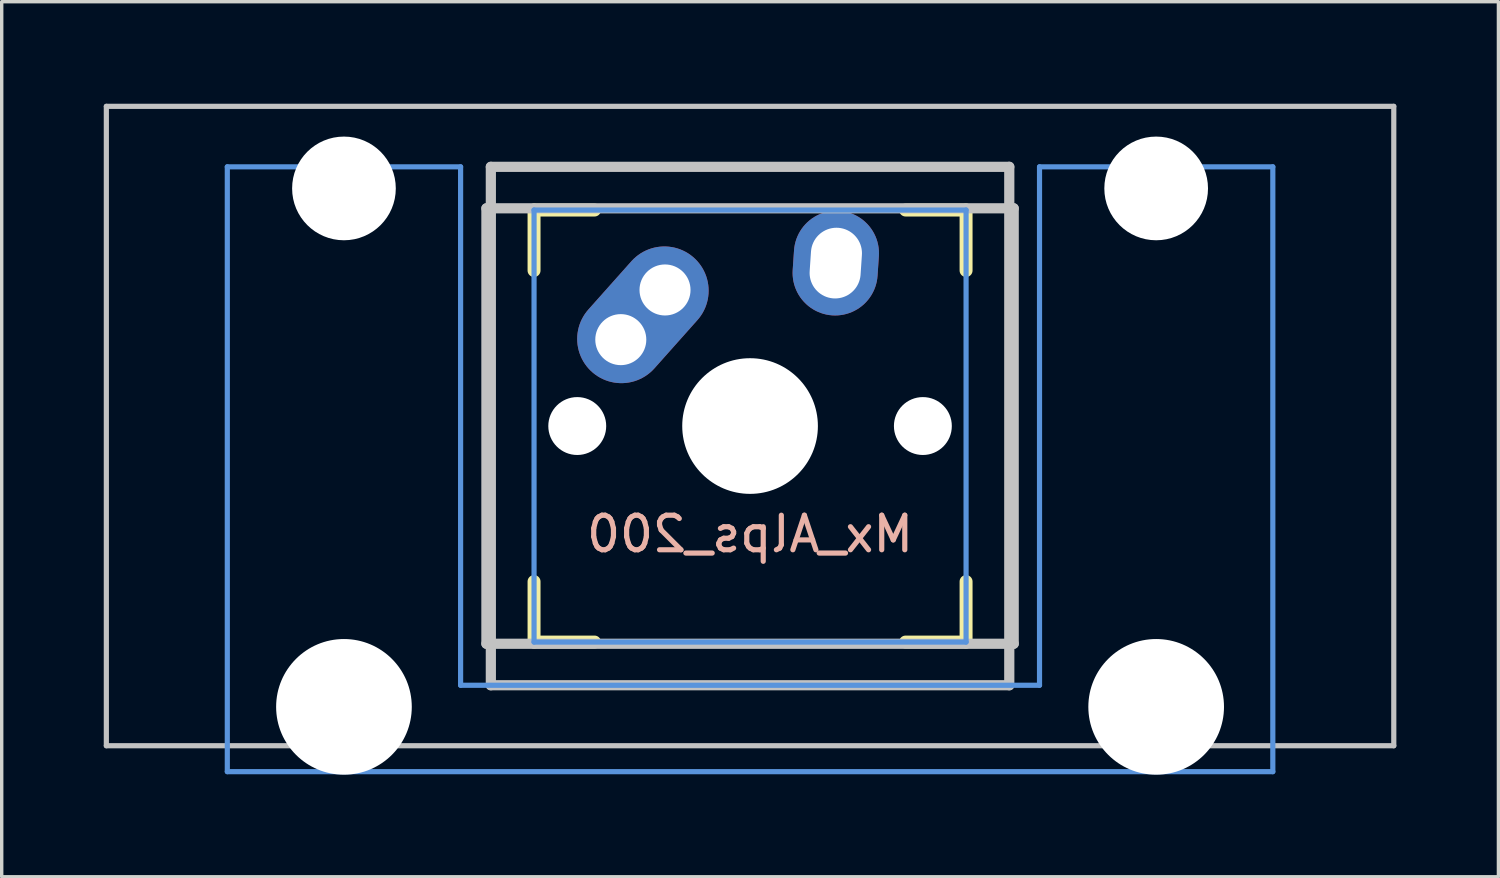
<source format=kicad_pcb>
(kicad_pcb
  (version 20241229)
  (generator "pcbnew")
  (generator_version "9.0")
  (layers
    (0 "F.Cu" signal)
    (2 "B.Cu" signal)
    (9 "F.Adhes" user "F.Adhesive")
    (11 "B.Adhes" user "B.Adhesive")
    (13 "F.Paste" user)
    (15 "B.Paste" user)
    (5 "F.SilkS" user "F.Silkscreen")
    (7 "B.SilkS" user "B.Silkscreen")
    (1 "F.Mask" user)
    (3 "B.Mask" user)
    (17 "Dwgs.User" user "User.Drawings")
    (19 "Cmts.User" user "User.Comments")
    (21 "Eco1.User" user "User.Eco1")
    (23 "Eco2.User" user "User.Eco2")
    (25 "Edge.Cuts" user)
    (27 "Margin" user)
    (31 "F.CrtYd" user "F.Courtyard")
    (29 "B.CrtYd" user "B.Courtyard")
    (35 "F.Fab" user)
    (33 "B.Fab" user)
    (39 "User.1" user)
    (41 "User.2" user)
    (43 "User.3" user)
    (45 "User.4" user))
  (footprint "Mx_Alps_200"
    (layer "F.Cu")
    (at 18.999 9.474)
    (property "Reference" "Mx_Alps_200" (at 0 3.175 0) (layer "B.SilkS") (effects (font (size 1.016 1.016) (thickness 0.152)) (justify mirror)))
    (attr through_hole)
    (fp_line (start -6.35 -6.35) (end -4.572 -6.35) (stroke (width 0.381) (type solid)) (layer "F.SilkS"))
    (fp_line (start -6.35 -4.572) (end -6.35 -6.35) (stroke (width 0.381) (type solid)) (layer "F.SilkS"))
    (fp_line (start -6.35 6.35) (end -6.35 4.572) (stroke (width 0.381) (type solid)) (layer "F.SilkS"))
    (fp_line (start -4.572 6.35) (end -6.35 6.35) (stroke (width 0.381) (type solid)) (layer "F.SilkS"))
    (fp_line (start 4.572 -6.35) (end 6.35 -6.35) (stroke (width 0.381) (type solid)) (layer "F.SilkS"))
    (fp_line (start 6.35 -6.35) (end 6.35 -4.572) (stroke (width 0.381) (type solid)) (layer "F.SilkS"))
    (fp_line (start 6.35 4.572) (end 6.35 6.35) (stroke (width 0.381) (type solid)) (layer "F.SilkS"))
    (fp_line (start 6.35 6.35) (end 4.572 6.35) (stroke (width 0.381) (type solid)) (layer "F.SilkS"))
    (fp_line (start -18.923 -9.398) (end 18.923 -9.398) (stroke (width 0.152) (type solid)) (layer "Dwgs.User"))
    (fp_line (start -18.923 9.398) (end -18.923 -9.398) (stroke (width 0.152) (type solid)) (layer "Dwgs.User"))
    (fp_line (start -7.75 6.4) (end -7.75 -6.4) (stroke (width 0.3) (type solid)) (layer "Dwgs.User"))
    (fp_line (start -7.75 6.4) (end 7.75 6.4) (stroke (width 0.3) (type solid)) (layer "Dwgs.User"))
    (fp_line (start -7.62 -7.62) (end 7.62 -7.62) (stroke (width 0.3) (type solid)) (layer "Dwgs.User"))
    (fp_line (start -7.62 7.62) (end -7.62 -7.62) (stroke (width 0.3) (type solid)) (layer "Dwgs.User"))
    (fp_line (start 7.62 -7.62) (end 7.62 7.62) (stroke (width 0.3) (type solid)) (layer "Dwgs.User"))
    (fp_line (start 7.62 7.62) (end -7.62 7.62) (stroke (width 0.3) (type solid)) (layer "Dwgs.User"))
    (fp_line (start 7.75 -6.4) (end -7.75 -6.4) (stroke (width 0.3) (type solid)) (layer "Dwgs.User"))
    (fp_line (start 7.75 6.4) (end 7.75 -6.4) (stroke (width 0.3) (type solid)) (layer "Dwgs.User"))
    (fp_line (start 18.923 -9.398) (end 18.923 9.398) (stroke (width 0.152) (type solid)) (layer "Dwgs.User"))
    (fp_line (start 18.923 9.398) (end -18.923 9.398) (stroke (width 0.152) (type solid)) (layer "Dwgs.User"))
    (fp_line (start -15.367 -7.62) (end -15.367 10.16) (stroke (width 0.152) (type solid)) (layer "Cmts.User"))
    (fp_line (start -15.367 10.16) (end 15.367 10.16) (stroke (width 0.152) (type solid)) (layer "Cmts.User"))
    (fp_line (start -8.509 -7.62) (end -15.367 -7.62) (stroke (width 0.152) (type solid)) (layer "Cmts.User"))
    (fp_line (start -8.509 7.62) (end -8.509 -7.62) (stroke (width 0.152) (type solid)) (layer "Cmts.User"))
    (fp_line (start -6.35 -6.35) (end 6.35 -6.35) (stroke (width 0.152) (type solid)) (layer "Cmts.User"))
    (fp_line (start -6.35 6.35) (end -6.35 -6.35) (stroke (width 0.152) (type solid)) (layer "Cmts.User"))
    (fp_line (start 6.35 -6.35) (end 6.35 6.35) (stroke (width 0.152) (type solid)) (layer "Cmts.User"))
    (fp_line (start 6.35 6.35) (end -6.35 6.35) (stroke (width 0.152) (type solid)) (layer "Cmts.User"))
    (fp_line (start 8.509 -7.62) (end 8.509 7.62) (stroke (width 0.152) (type solid)) (layer "Cmts.User"))
    (fp_line (start 8.509 7.62) (end -8.509 7.62) (stroke (width 0.152) (type solid)) (layer "Cmts.User"))
    (fp_line (start 15.367 -7.62) (end 8.509 -7.62) (stroke (width 0.152) (type solid)) (layer "Cmts.User"))
    (fp_line (start 15.367 10.16) (end 15.367 -7.62) (stroke (width 0.152) (type solid)) (layer "Cmts.User"))
    (fp_line (start -16.129 -2.286) (end -15.265 -2.286) (stroke (width 0.152) (type solid)) (layer "Eco2.User"))
    (fp_line (start -16.129 0.508) (end -16.129 -2.286) (stroke (width 0.152) (type solid)) (layer "Eco2.User"))
    (fp_line (start -15.265 -5.69) (end -8.611 -5.69) (stroke (width 0.152) (type solid)) (layer "Eco2.User"))
    (fp_line (start -15.265 -2.286) (end -15.265 -5.69) (stroke (width 0.152) (type solid)) (layer "Eco2.User"))
    (fp_line (start -15.265 0.508) (end -16.129 0.508) (stroke (width 0.152) (type solid)) (layer "Eco2.User"))
    (fp_line (start -15.265 6.604) (end -15.265 0.508) (stroke (width 0.152) (type solid)) (layer "Eco2.User"))
    (fp_line (start -14.224 6.604) (end -15.265 6.604) (stroke (width 0.152) (type solid)) (layer "Eco2.User"))
    (fp_line (start -14.224 7.772) (end -14.224 6.604) (stroke (width 0.152) (type solid)) (layer "Eco2.User"))
    (fp_line (start -9.652 6.604) (end -9.652 7.772) (stroke (width 0.152) (type solid)) (layer "Eco2.User"))
    (fp_line (start -9.652 7.772) (end -14.224 7.772) (stroke (width 0.152) (type solid)) (layer "Eco2.User"))
    (fp_line (start -8.611 -5.69) (end -8.611 -4.877) (stroke (width 0.152) (type solid)) (layer "Eco2.User"))
    (fp_line (start -8.611 -4.877) (end -6.985 -4.877) (stroke (width 0.152) (type solid)) (layer "Eco2.User"))
    (fp_line (start -8.611 5.817) (end -8.611 6.604) (stroke (width 0.152) (type solid)) (layer "Eco2.User"))
    (fp_line (start -8.611 6.604) (end -9.652 6.604) (stroke (width 0.152) (type solid)) (layer "Eco2.User"))
    (fp_line (start -6.985 -6.985) (end 6.985 -6.985) (stroke (width 0.152) (type solid)) (layer "Eco2.User"))
    (fp_line (start -6.985 -4.877) (end -6.985 -6.985) (stroke (width 0.152) (type solid)) (layer "Eco2.User"))
    (fp_line (start -6.985 5.817) (end -8.611 5.817) (stroke (width 0.152) (type solid)) (layer "Eco2.User"))
    (fp_line (start -6.985 6.985) (end -6.985 5.817) (stroke (width 0.152) (type solid)) (layer "Eco2.User"))
    (fp_line (start 6.985 -6.985) (end 6.985 -4.877) (stroke (width 0.152) (type solid)) (layer "Eco2.User"))
    (fp_line (start 6.985 -4.877) (end 8.611 -4.877) (stroke (width 0.152) (type solid)) (layer "Eco2.User"))
    (fp_line (start 6.985 5.817) (end 6.985 6.985) (stroke (width 0.152) (type solid)) (layer "Eco2.User"))
    (fp_line (start 6.985 6.985) (end -6.985 6.985) (stroke (width 0.152) (type solid)) (layer "Eco2.User"))
    (fp_line (start 8.611 -5.69) (end 15.265 -5.69) (stroke (width 0.152) (type solid)) (layer "Eco2.User"))
    (fp_line (start 8.611 -4.877) (end 8.611 -5.69) (stroke (width 0.152) (type solid)) (layer "Eco2.User"))
    (fp_line (start 8.611 5.817) (end 6.985 5.817) (stroke (width 0.152) (type solid)) (layer "Eco2.User"))
    (fp_line (start 8.611 6.604) (end 8.611 5.817) (stroke (width 0.152) (type solid)) (layer "Eco2.User"))
    (fp_line (start 9.652 6.604) (end 8.611 6.604) (stroke (width 0.152) (type solid)) (layer "Eco2.User"))
    (fp_line (start 9.652 7.772) (end 9.652 6.604) (stroke (width 0.152) (type solid)) (layer "Eco2.User"))
    (fp_line (start 14.224 6.604) (end 14.224 7.772) (stroke (width 0.152) (type solid)) (layer "Eco2.User"))
    (fp_line (start 14.224 7.772) (end 9.652 7.772) (stroke (width 0.152) (type solid)) (layer "Eco2.User"))
    (fp_line (start 15.265 -5.69) (end 15.265 -2.286) (stroke (width 0.152) (type solid)) (layer "Eco2.User"))
    (fp_line (start 15.265 -2.286) (end 16.129 -2.286) (stroke (width 0.152) (type solid)) (layer "Eco2.User"))
    (fp_line (start 15.265 0.508) (end 15.265 6.604) (stroke (width 0.152) (type solid)) (layer "Eco2.User"))
    (fp_line (start 15.265 6.604) (end 14.224 6.604) (stroke (width 0.152) (type solid)) (layer "Eco2.User"))
    (fp_line (start 16.129 -2.286) (end 16.129 0.508) (stroke (width 0.152) (type solid)) (layer "Eco2.User"))
    (fp_line (start 16.129 0.508) (end 15.265 0.508) (stroke (width 0.152) (type solid)) (layer "Eco2.User"))
    (pad "" np_thru_hole circle (at -11.938 -6.985) (size 3.048 3.048) (drill 3.048) (layers "*.Cu"))
    (pad "" np_thru_hole circle (at -11.938 8.255) (size 3.988 3.988) (drill 3.988) (layers "*.Cu"))
    (pad "" np_thru_hole circle (at -5.08 0) (size 1.702 1.702) (drill 1.702) (layers "*.Cu"))
    (pad "" np_thru_hole circle (at 0 0) (size 3.988 3.988) (drill 3.988) (layers "*.Cu"))
    (pad "" np_thru_hole circle (at 5.08 0) (size 1.702 1.702) (drill 1.702) (layers "*.Cu"))
    (pad "" np_thru_hole circle (at 11.938 -6.985) (size 3.048 3.048) (drill 3.048) (layers "*.Cu"))
    (pad "" np_thru_hole circle (at 11.938 8.255) (size 3.988 3.988) (drill 3.988) (layers "*.Cu"))
    (pad "1" thru_hole circle (at -3.8 -2.54) (size 2.377 2.377) (drill 1.5) (layers "*.Cu" "*.Mask"))
    (pad "1" smd oval (at -3.15 -3.27 48.3) (size 4.5 2.6) (layers "F.Cu" "F.Mask"))
    (pad "1" smd oval (at -3.15 -3.27 48.3) (size 4.5 2.6) (layers "B.Cu" "B.Mask"))
    (pad "1" thru_hole circle (at -2.5 -4) (size 2.377 2.377) (drill 1.5) (layers "*.Cu" "*.Mask"))
    (pad "2" thru_hole oval (at 2.52 -4.79 356.1) (size 2.5 3.08) (drill oval 1.5 2.08) (layers "*.Cu" "*.Mask")))
  (gr_rect
    (start -3 -3)
    (end 40.998 22.723)
    (stroke (width 0.1) (type default))
    (fill no)
    (layer "Edge.Cuts")))
</source>
